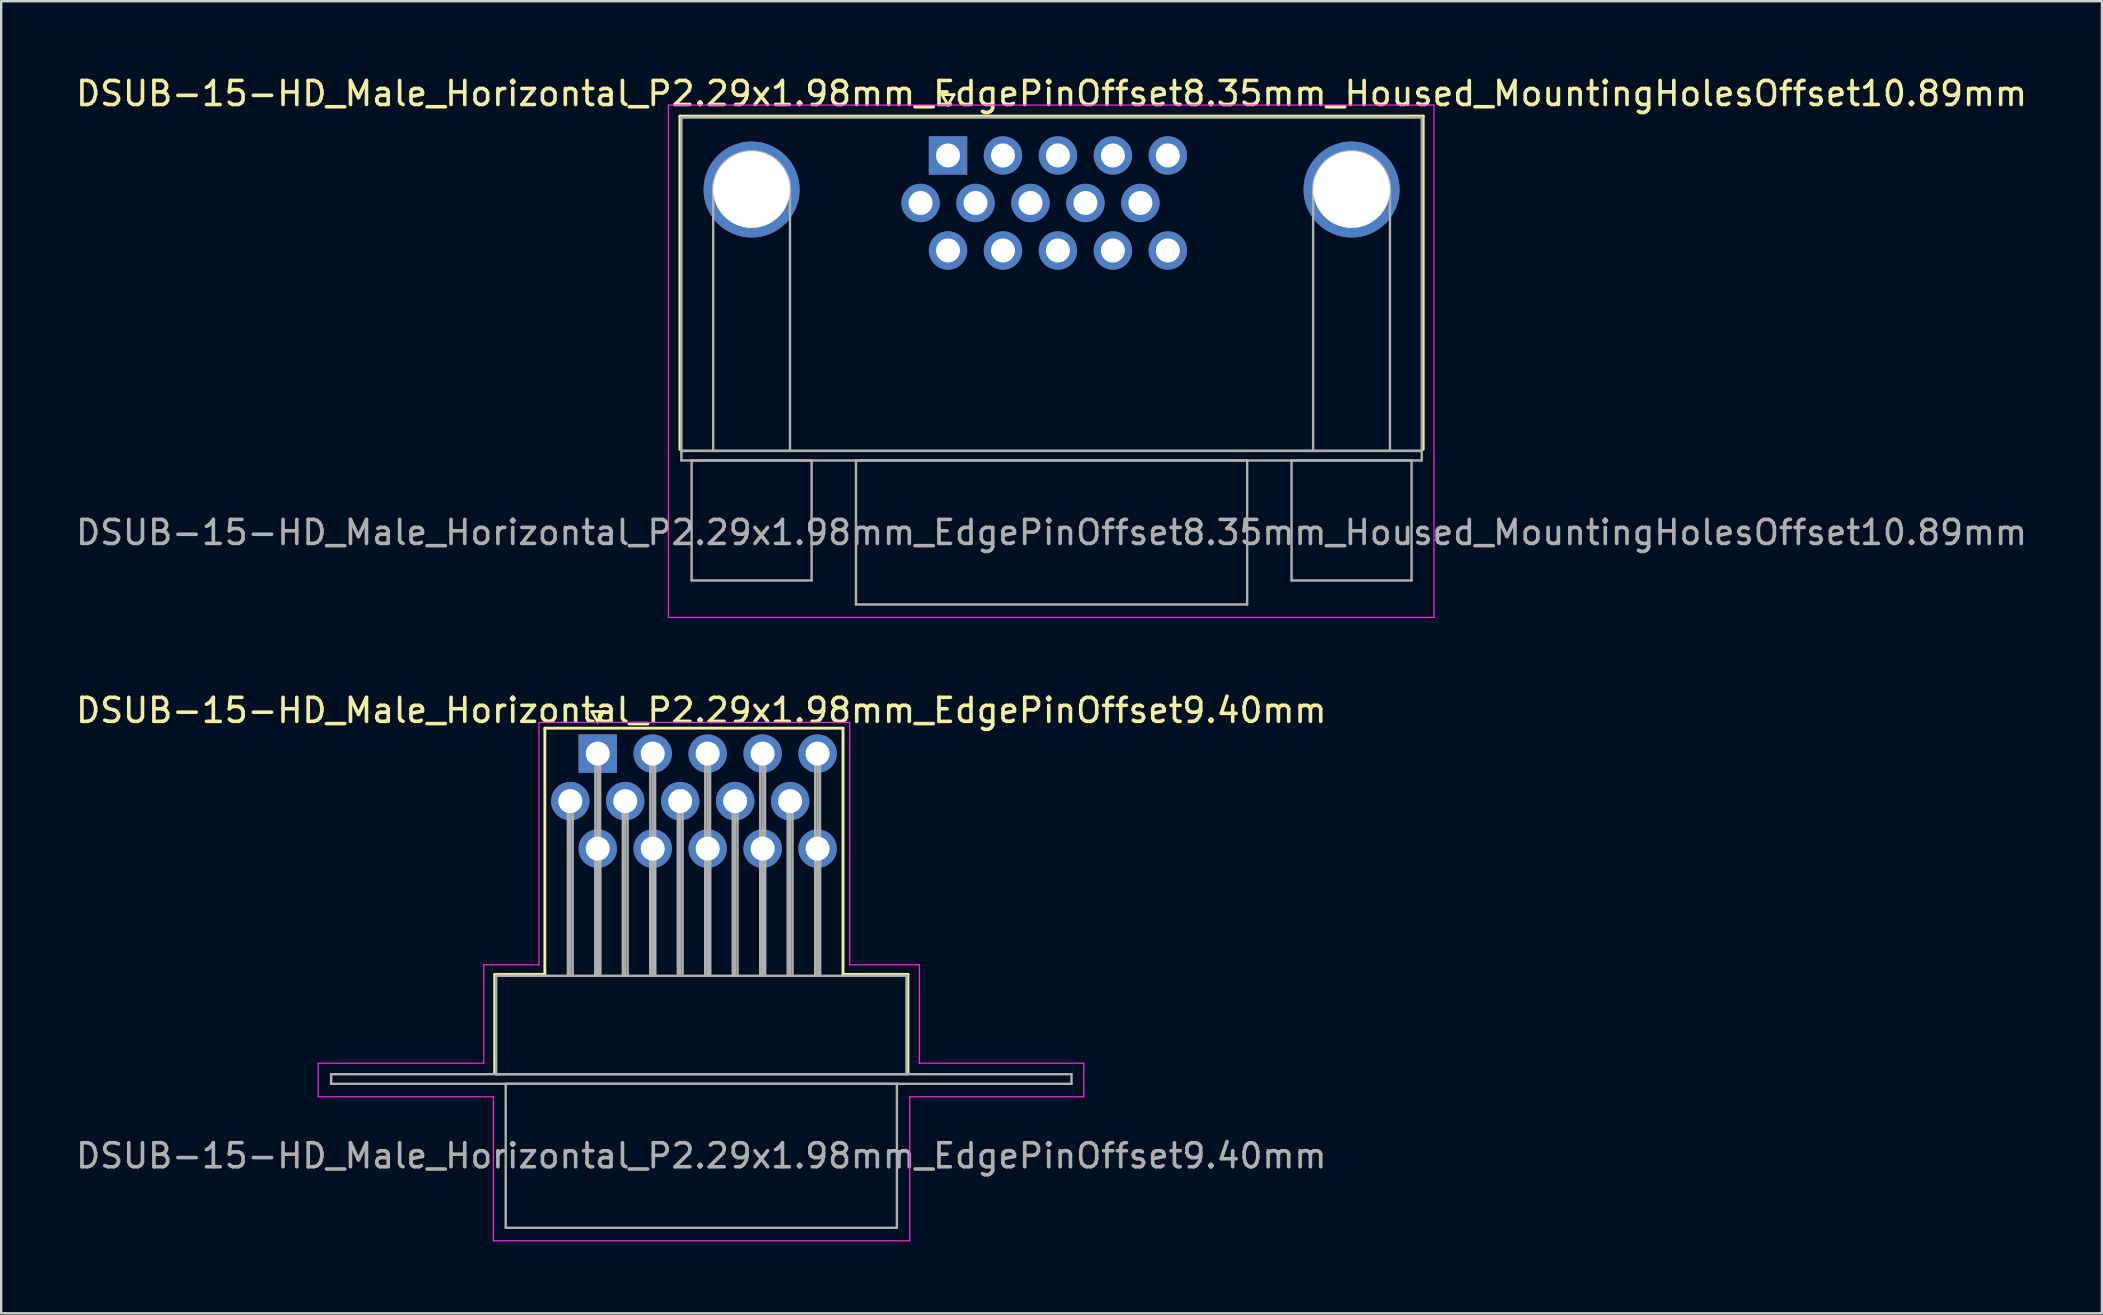
<source format=kicad_pcb>
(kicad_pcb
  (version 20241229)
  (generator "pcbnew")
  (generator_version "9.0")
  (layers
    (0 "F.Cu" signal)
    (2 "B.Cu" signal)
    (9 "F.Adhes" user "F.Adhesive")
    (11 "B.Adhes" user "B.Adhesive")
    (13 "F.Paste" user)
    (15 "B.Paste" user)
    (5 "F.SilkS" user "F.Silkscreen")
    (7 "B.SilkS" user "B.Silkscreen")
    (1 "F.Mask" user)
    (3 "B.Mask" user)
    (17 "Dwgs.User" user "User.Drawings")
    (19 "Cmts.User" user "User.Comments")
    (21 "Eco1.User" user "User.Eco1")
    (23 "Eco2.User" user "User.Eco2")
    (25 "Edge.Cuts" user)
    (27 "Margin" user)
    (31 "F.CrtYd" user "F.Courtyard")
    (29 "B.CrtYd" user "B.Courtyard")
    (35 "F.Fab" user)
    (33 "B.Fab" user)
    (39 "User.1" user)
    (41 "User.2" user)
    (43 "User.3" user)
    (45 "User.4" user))
  (footprint "DSUB-15-HD_Male_Horizontal_P2.29x1.98mm_EdgePinOffset9.40mm"
    (layer "F.Cu")
    (at 21.858 28.352)
    (property "Reference" "DSUB-15-HD_Male_Horizontal_P2.29x1.98mm_EdgePinOffset9.40mm" (at 4.315 -1.8 0) (layer "F.SilkS") (effects (font (size 1 1) (thickness 0.15))))
    (attr through_hole)
    (fp_line (start -4.295 9.2) (end -2.205 9.2) (stroke (width 0.12) (type solid)) (layer "F.SilkS"))
    (fp_line (start -4.295 13.3) (end -4.295 9.2) (stroke (width 0.12) (type solid)) (layer "F.SilkS"))
    (fp_line (start -2.205 -1.06) (end 10.22 -1.06) (stroke (width 0.12) (type solid)) (layer "F.SilkS"))
    (fp_line (start -2.205 9.2) (end -2.205 -1.06) (stroke (width 0.12) (type solid)) (layer "F.SilkS"))
    (fp_line (start -0.25 -1.754) (end 0.25 -1.754) (stroke (width 0.12) (type solid)) (layer "F.SilkS"))
    (fp_line (start 0 -1.321) (end -0.25 -1.754) (stroke (width 0.12) (type solid)) (layer "F.SilkS"))
    (fp_line (start 0.25 -1.754) (end 0 -1.321) (stroke (width 0.12) (type solid)) (layer "F.SilkS"))
    (fp_line (start 10.22 -1.06) (end 10.22 9.2) (stroke (width 0.12) (type solid)) (layer "F.SilkS"))
    (fp_line (start 10.22 9.2) (end 12.925 9.2) (stroke (width 0.12) (type solid)) (layer "F.SilkS"))
    (fp_line (start 12.925 9.2) (end 12.925 13.3) (stroke (width 0.12) (type solid)) (layer "F.SilkS"))
    (fp_line (start -11.65 12.9) (end -4.75 12.9) (stroke (width 0.05) (type solid)) (layer "F.CrtYd"))
    (fp_line (start -11.65 14.3) (end -11.65 12.9) (stroke (width 0.05) (type solid)) (layer "F.CrtYd"))
    (fp_line (start -4.75 8.8) (end -2.45 8.8) (stroke (width 0.05) (type solid)) (layer "F.CrtYd"))
    (fp_line (start -4.75 12.9) (end -4.75 8.8) (stroke (width 0.05) (type solid)) (layer "F.CrtYd"))
    (fp_line (start -4.35 14.3) (end -11.65 14.3) (stroke (width 0.05) (type solid)) (layer "F.CrtYd"))
    (fp_line (start -4.35 20.3) (end -4.35 14.3) (stroke (width 0.05) (type solid)) (layer "F.CrtYd"))
    (fp_line (start -2.45 -1.3) (end 10.5 -1.3) (stroke (width 0.05) (type solid)) (layer "F.CrtYd"))
    (fp_line (start -2.45 8.8) (end -2.45 -1.3) (stroke (width 0.05) (type solid)) (layer "F.CrtYd"))
    (fp_line (start 10.5 -1.3) (end 10.5 8.8) (stroke (width 0.05) (type solid)) (layer "F.CrtYd"))
    (fp_line (start 10.5 8.8) (end 13.4 8.8) (stroke (width 0.05) (type solid)) (layer "F.CrtYd"))
    (fp_line (start 13 14.3) (end 13 20.3) (stroke (width 0.05) (type solid)) (layer "F.CrtYd"))
    (fp_line (start 13 20.3) (end -4.35 20.3) (stroke (width 0.05) (type solid)) (layer "F.CrtYd"))
    (fp_line (start 13.4 8.8) (end 13.4 12.9) (stroke (width 0.05) (type solid)) (layer "F.CrtYd"))
    (fp_line (start 13.4 12.9) (end 20.25 12.9) (stroke (width 0.05) (type solid)) (layer "F.CrtYd"))
    (fp_line (start 20.25 12.9) (end 20.25 14.3) (stroke (width 0.05) (type solid)) (layer "F.CrtYd"))
    (fp_line (start 20.25 14.3) (end 13 14.3) (stroke (width 0.05) (type solid)) (layer "F.CrtYd"))
    (fp_line (start -11.11 13.36) (end -11.11 13.76) (stroke (width 0.1) (type solid)) (layer "F.Fab"))
    (fp_line (start -11.11 13.76) (end 19.74 13.76) (stroke (width 0.1) (type solid)) (layer "F.Fab"))
    (fp_line (start -4.235 9.26) (end -4.235 13.36) (stroke (width 0.1) (type solid)) (layer "F.Fab"))
    (fp_line (start -4.235 13.36) (end 12.865 13.36) (stroke (width 0.1) (type solid)) (layer "F.Fab"))
    (fp_line (start -3.835 13.76) (end -3.835 19.76) (stroke (width 0.1) (type solid)) (layer "F.Fab"))
    (fp_line (start -3.835 19.76) (end 12.465 19.76) (stroke (width 0.1) (type solid)) (layer "F.Fab"))
    (fp_line (start -1.245 1.98) (end -1.245 9.26) (stroke (width 0.1) (type solid)) (layer "F.Fab"))
    (fp_line (start -1.145 1.98) (end -1.145 9.26) (stroke (width 0.1) (type solid)) (layer "F.Fab"))
    (fp_line (start -1.045 1.98) (end -1.045 9.26) (stroke (width 0.1) (type solid)) (layer "F.Fab"))
    (fp_line (start -0.1 0) (end -0.1 9.26) (stroke (width 0.1) (type solid)) (layer "F.Fab"))
    (fp_line (start -0.1 3.96) (end -0.1 9.26) (stroke (width 0.1) (type solid)) (layer "F.Fab"))
    (fp_line (start 0 0) (end 0 9.26) (stroke (width 0.1) (type solid)) (layer "F.Fab"))
    (fp_line (start 0 3.96) (end 0 9.26) (stroke (width 0.1) (type solid)) (layer "F.Fab"))
    (fp_line (start 0.1 0) (end 0.1 9.26) (stroke (width 0.1) (type solid)) (layer "F.Fab"))
    (fp_line (start 0.1 3.96) (end 0.1 9.26) (stroke (width 0.1) (type solid)) (layer "F.Fab"))
    (fp_line (start 1.045 1.98) (end 1.045 9.26) (stroke (width 0.1) (type solid)) (layer "F.Fab"))
    (fp_line (start 1.145 1.98) (end 1.145 9.26) (stroke (width 0.1) (type solid)) (layer "F.Fab"))
    (fp_line (start 1.245 1.98) (end 1.245 9.26) (stroke (width 0.1) (type solid)) (layer "F.Fab"))
    (fp_line (start 2.19 0) (end 2.19 9.26) (stroke (width 0.1) (type solid)) (layer "F.Fab"))
    (fp_line (start 2.19 3.96) (end 2.19 9.26) (stroke (width 0.1) (type solid)) (layer "F.Fab"))
    (fp_line (start 2.29 0) (end 2.29 9.26) (stroke (width 0.1) (type solid)) (layer "F.Fab"))
    (fp_line (start 2.29 3.96) (end 2.29 9.26) (stroke (width 0.1) (type solid)) (layer "F.Fab"))
    (fp_line (start 2.39 0) (end 2.39 9.26) (stroke (width 0.1) (type solid)) (layer "F.Fab"))
    (fp_line (start 2.39 3.96) (end 2.39 9.26) (stroke (width 0.1) (type solid)) (layer "F.Fab"))
    (fp_line (start 3.335 1.98) (end 3.335 9.26) (stroke (width 0.1) (type solid)) (layer "F.Fab"))
    (fp_line (start 3.435 1.98) (end 3.435 9.26) (stroke (width 0.1) (type solid)) (layer "F.Fab"))
    (fp_line (start 3.535 1.98) (end 3.535 9.26) (stroke (width 0.1) (type solid)) (layer "F.Fab"))
    (fp_line (start 4.48 0) (end 4.48 9.26) (stroke (width 0.1) (type solid)) (layer "F.Fab"))
    (fp_line (start 4.48 3.96) (end 4.48 9.26) (stroke (width 0.1) (type solid)) (layer "F.Fab"))
    (fp_line (start 4.58 0) (end 4.58 9.26) (stroke (width 0.1) (type solid)) (layer "F.Fab"))
    (fp_line (start 4.58 3.96) (end 4.58 9.26) (stroke (width 0.1) (type solid)) (layer "F.Fab"))
    (fp_line (start 4.68 0) (end 4.68 9.26) (stroke (width 0.1) (type solid)) (layer "F.Fab"))
    (fp_line (start 4.68 3.96) (end 4.68 9.26) (stroke (width 0.1) (type solid)) (layer "F.Fab"))
    (fp_line (start 5.625 1.98) (end 5.625 9.26) (stroke (width 0.1) (type solid)) (layer "F.Fab"))
    (fp_line (start 5.725 1.98) (end 5.725 9.26) (stroke (width 0.1) (type solid)) (layer "F.Fab"))
    (fp_line (start 5.825 1.98) (end 5.825 9.26) (stroke (width 0.1) (type solid)) (layer "F.Fab"))
    (fp_line (start 6.77 0) (end 6.77 9.26) (stroke (width 0.1) (type solid)) (layer "F.Fab"))
    (fp_line (start 6.77 3.96) (end 6.77 9.26) (stroke (width 0.1) (type solid)) (layer "F.Fab"))
    (fp_line (start 6.87 0) (end 6.87 9.26) (stroke (width 0.1) (type solid)) (layer "F.Fab"))
    (fp_line (start 6.87 3.96) (end 6.87 9.26) (stroke (width 0.1) (type solid)) (layer "F.Fab"))
    (fp_line (start 6.97 0) (end 6.97 9.26) (stroke (width 0.1) (type solid)) (layer "F.Fab"))
    (fp_line (start 6.97 3.96) (end 6.97 9.26) (stroke (width 0.1) (type solid)) (layer "F.Fab"))
    (fp_line (start 7.915 1.98) (end 7.915 9.26) (stroke (width 0.1) (type solid)) (layer "F.Fab"))
    (fp_line (start 8.015 1.98) (end 8.015 9.26) (stroke (width 0.1) (type solid)) (layer "F.Fab"))
    (fp_line (start 8.115 1.98) (end 8.115 9.26) (stroke (width 0.1) (type solid)) (layer "F.Fab"))
    (fp_line (start 9.06 0) (end 9.06 9.26) (stroke (width 0.1) (type solid)) (layer "F.Fab"))
    (fp_line (start 9.06 3.96) (end 9.06 9.26) (stroke (width 0.1) (type solid)) (layer "F.Fab"))
    (fp_line (start 9.16 0) (end 9.16 9.26) (stroke (width 0.1) (type solid)) (layer "F.Fab"))
    (fp_line (start 9.16 3.96) (end 9.16 9.26) (stroke (width 0.1) (type solid)) (layer "F.Fab"))
    (fp_line (start 9.26 0) (end 9.26 9.26) (stroke (width 0.1) (type solid)) (layer "F.Fab"))
    (fp_line (start 9.26 3.96) (end 9.26 9.26) (stroke (width 0.1) (type solid)) (layer "F.Fab"))
    (fp_line (start 12.465 13.76) (end -3.835 13.76) (stroke (width 0.1) (type solid)) (layer "F.Fab"))
    (fp_line (start 12.465 19.76) (end 12.465 13.76) (stroke (width 0.1) (type solid)) (layer "F.Fab"))
    (fp_line (start 12.865 9.26) (end -4.235 9.26) (stroke (width 0.1) (type solid)) (layer "F.Fab"))
    (fp_line (start 12.865 13.36) (end 12.865 9.26) (stroke (width 0.1) (type solid)) (layer "F.Fab"))
    (fp_line (start 19.74 13.36) (end -11.11 13.36) (stroke (width 0.1) (type solid)) (layer "F.Fab"))
    (fp_line (start 19.74 13.76) (end 19.74 13.36) (stroke (width 0.1) (type solid)) (layer "F.Fab"))
    (fp_text user "${REFERENCE}" (at 4.315 16.76 0) (layer "F.Fab") (effects (font (size 1 1) (thickness 0.15))))
    (pad "1" thru_hole rect (at 0 0) (size 1.6 1.6) (drill 1) (layers "*.Cu" "*.Mask"))
    (pad "2" thru_hole circle (at 2.29 0) (size 1.6 1.6) (drill 1) (layers "*.Cu" "*.Mask"))
    (pad "3" thru_hole circle (at 4.58 0) (size 1.6 1.6) (drill 1) (layers "*.Cu" "*.Mask"))
    (pad "4" thru_hole circle (at 6.87 0) (size 1.6 1.6) (drill 1) (layers "*.Cu" "*.Mask"))
    (pad "5" thru_hole circle (at 9.16 0) (size 1.6 1.6) (drill 1) (layers "*.Cu" "*.Mask"))
    (pad "6" thru_hole circle (at -1.145 1.98) (size 1.6 1.6) (drill 1) (layers "*.Cu" "*.Mask"))
    (pad "7" thru_hole circle (at 1.145 1.98) (size 1.6 1.6) (drill 1) (layers "*.Cu" "*.Mask"))
    (pad "8" thru_hole circle (at 3.435 1.98) (size 1.6 1.6) (drill 1) (layers "*.Cu" "*.Mask"))
    (pad "9" thru_hole circle (at 5.725 1.98) (size 1.6 1.6) (drill 1) (layers "*.Cu" "*.Mask"))
    (pad "10" thru_hole circle (at 8.015 1.98) (size 1.6 1.6) (drill 1) (layers "*.Cu" "*.Mask"))
    (pad "11" thru_hole circle (at 0 3.96) (size 1.6 1.6) (drill 1) (layers "*.Cu" "*.Mask"))
    (pad "12" thru_hole circle (at 2.29 3.96) (size 1.6 1.6) (drill 1) (layers "*.Cu" "*.Mask"))
    (pad "13" thru_hole circle (at 4.58 3.96) (size 1.6 1.6) (drill 1) (layers "*.Cu" "*.Mask"))
    (pad "14" thru_hole circle (at 6.87 3.96) (size 1.6 1.6) (drill 1) (layers "*.Cu" "*.Mask"))
    (pad "15" thru_hole circle (at 9.16 3.96) (size 1.6 1.6) (drill 1) (layers "*.Cu" "*.Mask")))
  (footprint "DSUB-15-HD_Male_Horizontal_P2.29x1.98mm_EdgePinOffset8.35mm_Housed_MountingHolesOffset10.89mm"
    (layer "F.Cu")
    (at 36.453 3.428)
    (property "Reference" "DSUB-15-HD_Male_Horizontal_P2.29x1.98mm_EdgePinOffset8.35mm_Housed_MountingHolesOffset10.89mm" (at 4.315 -2.58 0) (layer "F.SilkS") (effects (font (size 1 1) (thickness 0.15))))
    (attr through_hole)
    (fp_line (start -11.17 -1.64) (end 19.8 -1.64) (stroke (width 0.12) (type solid)) (layer "F.SilkS"))
    (fp_line (start -11.17 12.25) (end -11.17 -1.64) (stroke (width 0.12) (type solid)) (layer "F.SilkS"))
    (fp_line (start -0.25 -2.534) (end 0.25 -2.534) (stroke (width 0.12) (type solid)) (layer "F.SilkS"))
    (fp_line (start 0 -2.101) (end -0.25 -2.534) (stroke (width 0.12) (type solid)) (layer "F.SilkS"))
    (fp_line (start 0.25 -2.534) (end 0 -2.101) (stroke (width 0.12) (type solid)) (layer "F.SilkS"))
    (fp_line (start 19.8 -1.64) (end 19.8 12.25) (stroke (width 0.12) (type solid)) (layer "F.SilkS"))
    (fp_line (start -11.65 -2.1) (end -11.65 19.25) (stroke (width 0.05) (type solid)) (layer "F.CrtYd"))
    (fp_line (start -11.65 19.25) (end 20.25 19.25) (stroke (width 0.05) (type solid)) (layer "F.CrtYd"))
    (fp_line (start 20.25 -2.1) (end -11.65 -2.1) (stroke (width 0.05) (type solid)) (layer "F.CrtYd"))
    (fp_line (start 20.25 19.25) (end 20.25 -2.1) (stroke (width 0.05) (type solid)) (layer "F.CrtYd"))
    (fp_line (start -11.11 -1.58) (end -11.11 12.31) (stroke (width 0.1) (type solid)) (layer "F.Fab"))
    (fp_line (start -11.11 12.31) (end -11.11 12.71) (stroke (width 0.1) (type solid)) (layer "F.Fab"))
    (fp_line (start -11.11 12.31) (end 19.74 12.31) (stroke (width 0.1) (type solid)) (layer "F.Fab"))
    (fp_line (start -11.11 12.71) (end 19.74 12.71) (stroke (width 0.1) (type solid)) (layer "F.Fab"))
    (fp_line (start -10.685 12.71) (end -10.685 17.71) (stroke (width 0.1) (type solid)) (layer "F.Fab"))
    (fp_line (start -10.685 17.71) (end -5.685 17.71) (stroke (width 0.1) (type solid)) (layer "F.Fab"))
    (fp_line (start -9.785 12.31) (end -9.785 1.42) (stroke (width 0.1) (type solid)) (layer "F.Fab"))
    (fp_line (start -6.585 12.31) (end -6.585 1.42) (stroke (width 0.1) (type solid)) (layer "F.Fab"))
    (fp_line (start -5.685 12.71) (end -10.685 12.71) (stroke (width 0.1) (type solid)) (layer "F.Fab"))
    (fp_line (start -5.685 17.71) (end -5.685 12.71) (stroke (width 0.1) (type solid)) (layer "F.Fab"))
    (fp_line (start -3.835 12.71) (end -3.835 18.71) (stroke (width 0.1) (type solid)) (layer "F.Fab"))
    (fp_line (start -3.835 18.71) (end 12.465 18.71) (stroke (width 0.1) (type solid)) (layer "F.Fab"))
    (fp_line (start 12.465 12.71) (end -3.835 12.71) (stroke (width 0.1) (type solid)) (layer "F.Fab"))
    (fp_line (start 12.465 18.71) (end 12.465 12.71) (stroke (width 0.1) (type solid)) (layer "F.Fab"))
    (fp_line (start 14.315 12.71) (end 14.315 17.71) (stroke (width 0.1) (type solid)) (layer "F.Fab"))
    (fp_line (start 14.315 17.71) (end 19.315 17.71) (stroke (width 0.1) (type solid)) (layer "F.Fab"))
    (fp_line (start 15.215 12.31) (end 15.215 1.42) (stroke (width 0.1) (type solid)) (layer "F.Fab"))
    (fp_line (start 18.415 12.31) (end 18.415 1.42) (stroke (width 0.1) (type solid)) (layer "F.Fab"))
    (fp_line (start 19.315 12.71) (end 14.315 12.71) (stroke (width 0.1) (type solid)) (layer "F.Fab"))
    (fp_line (start 19.315 17.71) (end 19.315 12.71) (stroke (width 0.1) (type solid)) (layer "F.Fab"))
    (fp_line (start 19.74 -1.58) (end -11.11 -1.58) (stroke (width 0.1) (type solid)) (layer "F.Fab"))
    (fp_line (start 19.74 12.31) (end -11.11 12.31) (stroke (width 0.1) (type solid)) (layer "F.Fab"))
    (fp_line (start 19.74 12.31) (end 19.74 -1.58) (stroke (width 0.1) (type solid)) (layer "F.Fab"))
    (fp_line (start 19.74 12.71) (end 19.74 12.31) (stroke (width 0.1) (type solid)) (layer "F.Fab"))
    (fp_arc (start -9.785 1.42) (mid -8.185 -0.18) (end -6.585 1.42) (stroke (width 0.1) (type solid)) (layer "F.Fab"))
    (fp_arc (start 15.215 1.42) (mid 16.815 -0.18) (end 18.415 1.42) (stroke (width 0.1) (type solid)) (layer "F.Fab"))
    (fp_text user "${REFERENCE}" (at 4.315 15.71 0) (layer "F.Fab") (effects (font (size 1 1) (thickness 0.15))))
    (pad "0" thru_hole circle (at -8.185 1.42) (size 4 4) (drill 3.2) (layers "*.Cu" "*.Mask"))
    (pad "0" thru_hole circle (at 16.815 1.42) (size 4 4) (drill 3.2) (layers "*.Cu" "*.Mask"))
    (pad "1" thru_hole rect (at 0 0) (size 1.6 1.6) (drill 1) (layers "*.Cu" "*.Mask"))
    (pad "2" thru_hole circle (at 2.29 0) (size 1.6 1.6) (drill 1) (layers "*.Cu" "*.Mask"))
    (pad "3" thru_hole circle (at 4.58 0) (size 1.6 1.6) (drill 1) (layers "*.Cu" "*.Mask"))
    (pad "4" thru_hole circle (at 6.87 0) (size 1.6 1.6) (drill 1) (layers "*.Cu" "*.Mask"))
    (pad "5" thru_hole circle (at 9.16 0) (size 1.6 1.6) (drill 1) (layers "*.Cu" "*.Mask"))
    (pad "6" thru_hole circle (at -1.145 1.98) (size 1.6 1.6) (drill 1) (layers "*.Cu" "*.Mask"))
    (pad "7" thru_hole circle (at 1.145 1.98) (size 1.6 1.6) (drill 1) (layers "*.Cu" "*.Mask"))
    (pad "8" thru_hole circle (at 3.435 1.98) (size 1.6 1.6) (drill 1) (layers "*.Cu" "*.Mask"))
    (pad "9" thru_hole circle (at 5.725 1.98) (size 1.6 1.6) (drill 1) (layers "*.Cu" "*.Mask"))
    (pad "10" thru_hole circle (at 8.015 1.98) (size 1.6 1.6) (drill 1) (layers "*.Cu" "*.Mask"))
    (pad "11" thru_hole circle (at 0 3.96) (size 1.6 1.6) (drill 1) (layers "*.Cu" "*.Mask"))
    (pad "12" thru_hole circle (at 2.29 3.96) (size 1.6 1.6) (drill 1) (layers "*.Cu" "*.Mask"))
    (pad "13" thru_hole circle (at 4.58 3.96) (size 1.6 1.6) (drill 1) (layers "*.Cu" "*.Mask"))
    (pad "14" thru_hole circle (at 6.87 3.96) (size 1.6 1.6) (drill 1) (layers "*.Cu" "*.Mask"))
    (pad "15" thru_hole circle (at 9.16 3.96) (size 1.6 1.6) (drill 1) (layers "*.Cu" "*.Mask")))
  (gr_rect
    (start -3 -3)
    (end 84.536 51.676)
    (stroke (width 0.1) (type default))
    (fill no)
    (layer "Edge.Cuts")))
</source>
